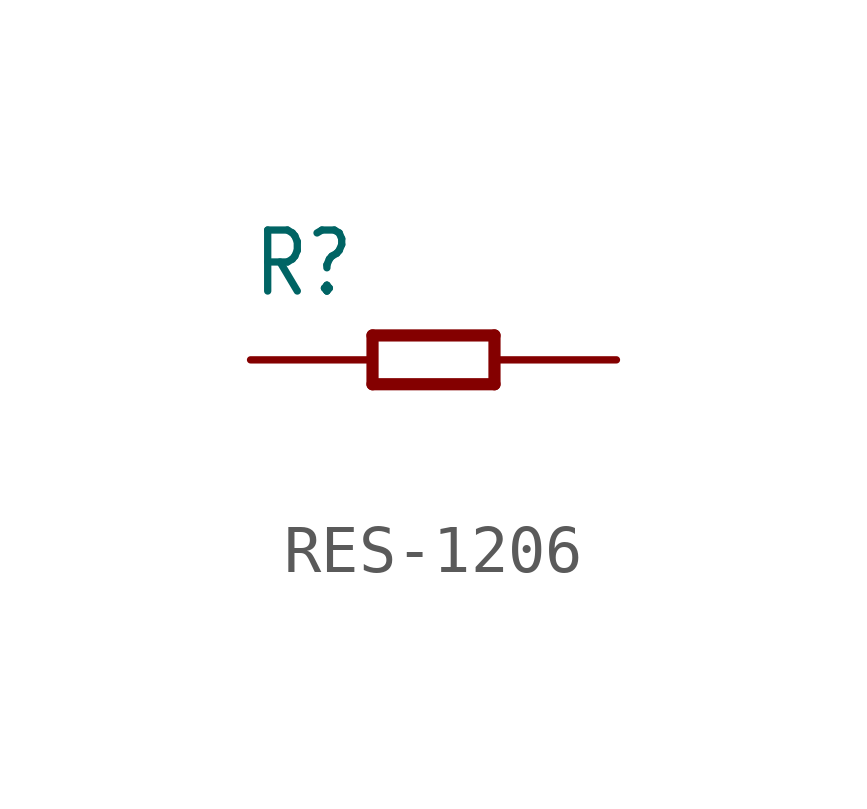
<source format=kicad_sym>
(kicad_symbol_lib
  (version 20220914)
  (generator kicad_symbol_editor)
  (symbol "RES-1206"
    (property "Reference" "R"
      (at -3.81 1.27 0)
      (effects (font (size 1.27 1.079)) (justify left bottom)))
    (property "Value" ""
      (at -3.81 -2.54 0)
      (effects (font (size 1.27 1.079)) (justify left bottom)))
    (property "ki_locked" ""
      (at 0 0 0)
      (effects (font (size 1.27 1.27))))
    (symbol "RES-1206_1_0"
      (polyline (pts (xy -1.27 -0.508) (xy -1.27 0.508)) (stroke (width 0.254) (type solid)) (fill (type none)))
      (polyline (pts (xy -1.27 0.508) (xy 1.27 0.508)) (stroke (width 0.254) (type solid)) (fill (type none)))
      (polyline (pts (xy 1.27 -0.508) (xy -1.27 -0.508)) (stroke (width 0.254) (type solid)) (fill (type none)))
      (polyline (pts (xy 1.27 0.508) (xy 1.27 -0.508)) (stroke (width 0.254) (type solid)) (fill (type none)))
      (pin passive line (at -3.81 0 0) (length 2.54) (name "1" (effects (font (size 0 0)))) (number "1" (effects (font (size 0 0)))))
      (pin passive line (at 3.81 0 180) (length 2.54) (name "2" (effects (font (size 0 0)))) (number "2" (effects (font (size 0 0))))))))
</source>
